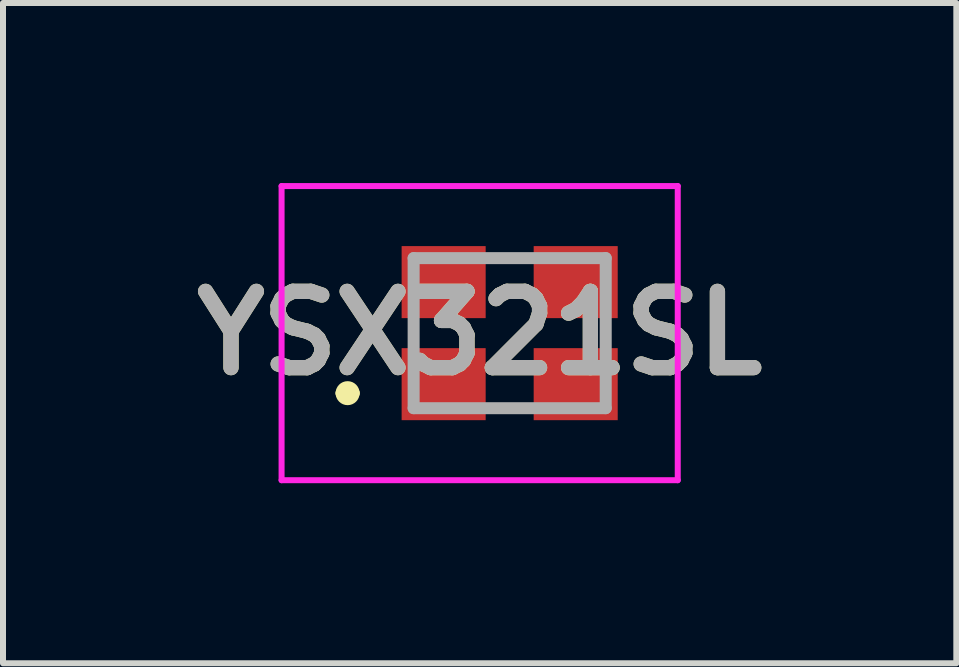
<source format=kicad_pcb>
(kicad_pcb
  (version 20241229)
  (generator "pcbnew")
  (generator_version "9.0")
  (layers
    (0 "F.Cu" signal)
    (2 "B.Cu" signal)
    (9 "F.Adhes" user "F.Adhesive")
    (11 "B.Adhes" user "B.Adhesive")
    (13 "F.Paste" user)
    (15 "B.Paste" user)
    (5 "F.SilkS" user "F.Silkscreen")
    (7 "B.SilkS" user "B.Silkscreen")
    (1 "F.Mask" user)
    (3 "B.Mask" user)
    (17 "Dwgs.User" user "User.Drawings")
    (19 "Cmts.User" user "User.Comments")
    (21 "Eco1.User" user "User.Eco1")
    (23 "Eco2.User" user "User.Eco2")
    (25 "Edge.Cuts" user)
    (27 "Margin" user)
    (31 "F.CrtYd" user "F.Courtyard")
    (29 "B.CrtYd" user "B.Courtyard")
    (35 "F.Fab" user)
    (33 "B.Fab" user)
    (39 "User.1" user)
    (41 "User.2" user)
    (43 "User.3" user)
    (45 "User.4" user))
  (footprint "YSX321SL"
    (layer "F.Cu")
    (at 5.441 2.5)
    (property "Reference" "YSX321SL" (at -0.5 0 0) (layer "F.SilkS") (effects (font (size 1.27 1.27) (thickness 0.254))))
    (attr smd)
    (fp_line (start -2.8 1) (end -2.8 1) (stroke (width 0.2) (type solid)) (layer "F.SilkS"))
    (fp_line (start -2.6 1) (end -2.6 1) (stroke (width 0.2) (type solid)) (layer "F.SilkS"))
    (fp_arc (start -2.8 1) (mid -2.7 0.9) (end -2.6 1) (stroke (width 0.2) (type solid)) (layer "F.SilkS"))
    (fp_arc (start -2.6 1) (mid -2.7 1.1) (end -2.8 1) (stroke (width 0.2) (type solid)) (layer "F.SilkS"))
    (fp_line (start -3.8 -2.45) (end 2.8 -2.45) (stroke (width 0.1) (type solid)) (layer "F.CrtYd"))
    (fp_line (start -3.8 2.45) (end -3.8 -2.45) (stroke (width 0.1) (type solid)) (layer "F.CrtYd"))
    (fp_line (start 2.8 -2.45) (end 2.8 2.45) (stroke (width 0.1) (type solid)) (layer "F.CrtYd"))
    (fp_line (start 2.8 2.45) (end -3.8 2.45) (stroke (width 0.1) (type solid)) (layer "F.CrtYd"))
    (fp_line (start -1.6 -1.25) (end 1.6 -1.25) (stroke (width 0.2) (type solid)) (layer "F.Fab"))
    (fp_line (start -1.6 1.25) (end -1.6 -1.25) (stroke (width 0.2) (type solid)) (layer "F.Fab"))
    (fp_line (start 1.6 -1.25) (end 1.6 1.25) (stroke (width 0.2) (type solid)) (layer "F.Fab"))
    (fp_line (start 1.6 1.25) (end -1.6 1.25) (stroke (width 0.2) (type solid)) (layer "F.Fab"))
    (fp_text user "${REFERENCE}" (at -0.5 0 0) (layer "F.Fab") (effects (font (size 1.27 1.27) (thickness 0.254))))
    (pad "1" smd rect (at -1.1 0.85 90) (size 1.2 1.4) (layers "F.Cu" "F.Mask" "F.Paste"))
    (pad "2" smd rect (at -1.1 -0.85 90) (size 1.2 1.4) (layers "F.Cu" "F.Mask" "F.Paste"))
    (pad "2" smd rect (at 1.1 0.85 90) (size 1.2 1.4) (layers "F.Cu" "F.Mask" "F.Paste"))
    (pad "3" smd rect (at 1.1 -0.85 90) (size 1.2 1.4) (layers "F.Cu" "F.Mask" "F.Paste")))
  (gr_rect
    (start -3 -3)
    (end 12.882 8)
    (stroke (width 0.1) (type default))
    (fill no)
    (layer "Edge.Cuts")))
</source>
